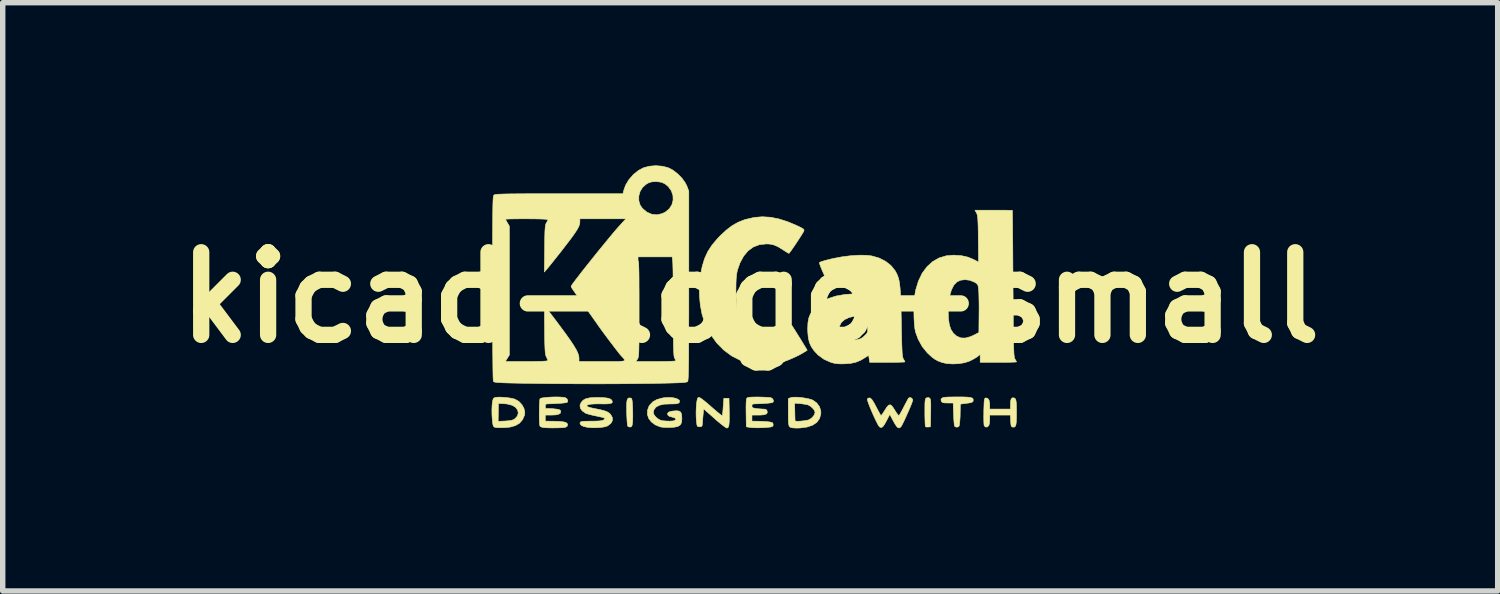
<source format=kicad_pcb>
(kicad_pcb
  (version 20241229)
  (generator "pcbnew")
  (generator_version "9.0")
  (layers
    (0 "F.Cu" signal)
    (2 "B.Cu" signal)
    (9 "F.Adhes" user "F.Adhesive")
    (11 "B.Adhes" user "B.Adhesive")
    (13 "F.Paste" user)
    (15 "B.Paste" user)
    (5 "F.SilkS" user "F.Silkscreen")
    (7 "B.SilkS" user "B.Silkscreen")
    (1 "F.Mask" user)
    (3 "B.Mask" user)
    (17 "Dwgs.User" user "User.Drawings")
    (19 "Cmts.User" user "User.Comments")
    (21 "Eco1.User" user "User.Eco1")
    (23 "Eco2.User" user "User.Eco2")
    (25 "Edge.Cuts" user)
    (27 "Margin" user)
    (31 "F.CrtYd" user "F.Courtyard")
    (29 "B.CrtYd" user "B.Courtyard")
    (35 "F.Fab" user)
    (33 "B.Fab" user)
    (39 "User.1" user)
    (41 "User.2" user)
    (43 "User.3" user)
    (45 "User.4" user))
  (footprint "kicad-logo-small"
    (layer "F.Cu")
    (at 10.784 2.436)
    (property "Reference" "kicad-logo-small" (at 0 0 0) (layer "F.SilkS") (effects (font (size 1.524 1.524) (thickness 0.3))))
    (attr through_hole)
    (fp_poly (pts (xy 3.307 1.854) (xy 3.317 1.865) (xy 3.324 1.884) (xy 3.328 1.915) (xy 3.33 1.964) (xy 3.33 2.036) (xy 3.329 2.129) (xy 3.324 2.384) (xy 3.284 2.388) (xy 3.249 2.388) (xy 3.232 2.382) (xy 3.228 2.363) (xy 3.225 2.317) (xy 3.223 2.252) (xy 3.221 2.171) (xy 3.221 2.119) (xy 3.221 2.023) (xy 3.222 1.954) (xy 3.225 1.908) (xy 3.23 1.879) (xy 3.237 1.862) (xy 3.248 1.852) (xy 3.251 1.851) (xy 3.288 1.845) (xy 3.307 1.854)) (stroke (width 0.01) (type solid)) (fill yes) (layer "F.SilkS"))
    (fp_poly (pts (xy -2.21 1.853) (xy -2.195 1.857) (xy -2.185 1.87) (xy -2.178 1.895) (xy -2.173 1.941) (xy -2.169 2.011) (xy -2.168 2.025) (xy -2.166 2.108) (xy -2.165 2.19) (xy -2.167 2.261) (xy -2.168 2.288) (xy -2.174 2.342) (xy -2.183 2.372) (xy -2.198 2.385) (xy -2.211 2.389) (xy -2.244 2.384) (xy -2.258 2.373) (xy -2.263 2.35) (xy -2.269 2.302) (xy -2.273 2.234) (xy -2.277 2.154) (xy -2.278 2.124) (xy -2.279 2.023) (xy -2.278 1.948) (xy -2.271 1.898) (xy -2.26 1.868) (xy -2.242 1.854) (xy -2.217 1.852) (xy -2.21 1.853)) (stroke (width 0.01) (type solid)) (fill yes) (layer "F.SilkS"))
    (fp_poly (pts (xy 3.924 1.834) (xy 4.003 1.837) (xy 4.057 1.843) (xy 4.091 1.853) (xy 4.108 1.868) (xy 4.113 1.888) (xy 4.111 1.909) (xy 4.101 1.925) (xy 4.076 1.937) (xy 4.028 1.946) (xy 3.99 1.951) (xy 3.875 1.966) (xy 3.873 2.095) (xy 3.871 2.199) (xy 3.865 2.284) (xy 3.858 2.345) (xy 3.851 2.372) (xy 3.831 2.388) (xy 3.799 2.39) (xy 3.772 2.377) (xy 3.769 2.373) (xy 3.764 2.351) (xy 3.759 2.303) (xy 3.754 2.237) (xy 3.751 2.159) (xy 3.75 2.15) (xy 3.743 1.945) (xy 3.642 1.945) (xy 3.584 1.944) (xy 3.549 1.937) (xy 3.53 1.923) (xy 3.524 1.914) (xy 3.517 1.882) (xy 3.533 1.859) (xy 3.548 1.849) (xy 3.573 1.842) (xy 3.612 1.838) (xy 3.672 1.835) (xy 3.756 1.834) (xy 3.818 1.834) (xy 3.924 1.834)) (stroke (width 0.01) (type solid)) (fill yes) (layer "F.SilkS"))
    (fp_poly (pts (xy 4.87 1.853) (xy 4.887 1.865) (xy 4.899 1.891) (xy 4.906 1.935) (xy 4.91 2.001) (xy 4.911 2.093) (xy 4.911 2.122) (xy 4.91 2.223) (xy 4.907 2.297) (xy 4.9 2.346) (xy 4.888 2.376) (xy 4.871 2.389) (xy 4.846 2.39) (xy 4.836 2.389) (xy 4.82 2.38) (xy 4.81 2.358) (xy 4.805 2.315) (xy 4.803 2.276) (xy 4.798 2.168) (xy 4.417 2.168) (xy 4.417 2.249) (xy 4.414 2.303) (xy 4.405 2.347) (xy 4.4 2.361) (xy 4.373 2.387) (xy 4.342 2.389) (xy 4.317 2.368) (xy 4.313 2.356) (xy 4.31 2.327) (xy 4.308 2.274) (xy 4.307 2.202) (xy 4.308 2.119) (xy 4.308 2.089) (xy 4.311 1.999) (xy 4.313 1.935) (xy 4.317 1.894) (xy 4.323 1.869) (xy 4.331 1.857) (xy 4.343 1.852) (xy 4.344 1.852) (xy 4.379 1.859) (xy 4.404 1.894) (xy 4.416 1.953) (xy 4.417 1.98) (xy 4.417 2.057) (xy 4.799 2.057) (xy 4.799 1.978) (xy 4.802 1.911) (xy 4.813 1.87) (xy 4.832 1.852) (xy 4.846 1.85) (xy 4.87 1.853)) (stroke (width 0.01) (type solid)) (fill yes) (layer "F.SilkS"))
    (fp_poly (pts (xy -4.554 1.84) (xy -4.48 1.847) (xy -4.409 1.857) (xy -4.352 1.871) (xy -4.334 1.877) (xy -4.265 1.917) (xy -4.21 1.976) (xy -4.172 2.045) (xy -4.156 2.116) (xy -4.161 2.168) (xy -4.198 2.253) (xy -4.253 2.317) (xy -4.329 2.362) (xy -4.429 2.39) (xy -4.523 2.399) (xy -4.591 2.401) (xy -4.652 2.4) (xy -4.695 2.396) (xy -4.704 2.395) (xy -4.723 2.386) (xy -4.736 2.372) (xy -4.744 2.345) (xy -4.751 2.298) (xy -4.752 2.283) (xy -4.648 2.283) (xy -4.518 2.278) (xy -4.444 2.272) (xy -4.393 2.263) (xy -4.356 2.248) (xy -4.342 2.239) (xy -4.294 2.188) (xy -4.277 2.131) (xy -4.288 2.077) (xy -4.326 2.025) (xy -4.391 1.987) (xy -4.48 1.964) (xy -4.533 1.959) (xy -4.642 1.953) (xy -4.645 2.118) (xy -4.648 2.283) (xy -4.752 2.283) (xy -4.757 2.24) (xy -4.762 2.157) (xy -4.763 2.068) (xy -4.76 1.991) (xy -4.759 1.981) (xy -4.752 1.917) (xy -4.742 1.878) (xy -4.728 1.856) (xy -4.716 1.848) (xy -4.681 1.84) (xy -4.625 1.837) (xy -4.554 1.84)) (stroke (width 0.01) (type solid)) (fill yes) (layer "F.SilkS"))
    (fp_poly (pts (xy 0.934 1.844) (xy 1.015 1.856) (xy 1.089 1.871) (xy 1.148 1.89) (xy 1.16 1.896) (xy 1.228 1.946) (xy 1.277 2.013) (xy 1.302 2.09) (xy 1.303 2.145) (xy 1.279 2.232) (xy 1.228 2.302) (xy 1.151 2.354) (xy 1.048 2.389) (xy 0.919 2.406) (xy 0.852 2.408) (xy 0.782 2.404) (xy 0.739 2.392) (xy 0.727 2.383) (xy 0.717 2.367) (xy 0.71 2.342) (xy 0.705 2.301) (xy 0.703 2.24) (xy 0.702 2.153) (xy 0.702 2.111) (xy 0.702 1.949) (xy 0.819 1.949) (xy 0.823 2.11) (xy 0.824 2.178) (xy 0.826 2.233) (xy 0.827 2.268) (xy 0.828 2.276) (xy 0.845 2.281) (xy 0.884 2.282) (xy 0.937 2.279) (xy 0.993 2.273) (xy 1.044 2.265) (xy 1.08 2.256) (xy 1.081 2.256) (xy 1.132 2.224) (xy 1.173 2.179) (xy 1.194 2.13) (xy 1.196 2.115) (xy 1.183 2.08) (xy 1.151 2.04) (xy 1.109 2.003) (xy 1.065 1.98) (xy 1.064 1.98) (xy 1.019 1.97) (xy 0.958 1.961) (xy 0.916 1.956) (xy 0.819 1.949) (xy 0.702 1.949) (xy 0.702 1.865) (xy 0.745 1.847) (xy 0.79 1.839) (xy 0.856 1.838) (xy 0.934 1.844)) (stroke (width 0.01) (type solid)) (fill yes) (layer "F.SilkS"))
    (fp_poly (pts (xy -0.938 1.844) (xy -0.917 1.854) (xy -0.885 1.876) (xy -0.841 1.911) (xy -0.78 1.962) (xy -0.701 2.031) (xy -0.656 2.07) (xy -0.602 2.116) (xy -0.557 2.152) (xy -0.527 2.174) (xy -0.516 2.179) (xy -0.512 2.161) (xy -0.506 2.119) (xy -0.501 2.059) (xy -0.498 2.015) (xy -0.486 1.858) (xy -0.391 1.858) (xy -0.386 2.111) (xy -0.385 2.217) (xy -0.387 2.296) (xy -0.392 2.351) (xy -0.401 2.385) (xy -0.414 2.403) (xy -0.432 2.408) (xy -0.45 2.398) (xy -0.485 2.374) (xy -0.531 2.338) (xy -0.538 2.333) (xy -0.583 2.296) (xy -0.619 2.266) (xy -0.637 2.25) (xy -0.638 2.249) (xy -0.653 2.235) (xy -0.686 2.206) (xy -0.731 2.166) (xy -0.752 2.148) (xy -0.858 2.055) (xy -0.868 2.156) (xy -0.874 2.222) (xy -0.879 2.285) (xy -0.881 2.32) (xy -0.886 2.361) (xy -0.898 2.379) (xy -0.924 2.384) (xy -0.933 2.384) (xy -0.958 2.382) (xy -0.973 2.374) (xy -0.982 2.352) (xy -0.988 2.308) (xy -0.992 2.272) (xy -0.997 2.195) (xy -0.998 2.112) (xy -0.995 2.03) (xy -0.989 1.955) (xy -0.98 1.895) (xy -0.969 1.857) (xy -0.963 1.848) (xy -0.952 1.843) (xy -0.938 1.844)) (stroke (width 0.01) (type solid)) (fill yes) (layer "F.SilkS"))
    (fp_poly (pts (xy -1.438 1.846) (xy -1.376 1.858) (xy -1.33 1.877) (xy -1.304 1.9) (xy -1.303 1.927) (xy -1.314 1.943) (xy -1.337 1.955) (xy -1.378 1.961) (xy -1.443 1.963) (xy -1.473 1.963) (xy -1.588 1.967) (xy -1.678 1.988) (xy -1.741 2.024) (xy -1.777 2.075) (xy -1.786 2.125) (xy -1.772 2.165) (xy -1.737 2.208) (xy -1.689 2.245) (xy -1.653 2.263) (xy -1.611 2.273) (xy -1.551 2.278) (xy -1.487 2.28) (xy -1.43 2.277) (xy -1.396 2.27) (xy -1.372 2.252) (xy -1.376 2.232) (xy -1.404 2.214) (xy -1.435 2.207) (xy -1.493 2.19) (xy -1.522 2.164) (xy -1.522 2.132) (xy -1.498 2.111) (xy -1.446 2.096) (xy -1.373 2.089) (xy -1.354 2.089) (xy -1.309 2.095) (xy -1.28 2.116) (xy -1.265 2.157) (xy -1.26 2.224) (xy -1.26 2.237) (xy -1.266 2.304) (xy -1.287 2.347) (xy -1.328 2.375) (xy -1.349 2.382) (xy -1.404 2.392) (xy -1.478 2.397) (xy -1.556 2.397) (xy -1.627 2.391) (xy -1.66 2.385) (xy -1.75 2.349) (xy -1.821 2.296) (xy -1.871 2.231) (xy -1.896 2.157) (xy -1.894 2.079) (xy -1.865 2.002) (xy -1.851 1.982) (xy -1.794 1.922) (xy -1.719 1.881) (xy -1.622 1.854) (xy -1.592 1.849) (xy -1.512 1.843) (xy -1.438 1.846)) (stroke (width 0.01) (type solid)) (fill yes) (layer "F.SilkS"))
    (fp_poly (pts (xy 0.149 1.835) (xy 0.229 1.837) (xy 0.299 1.84) (xy 0.353 1.844) (xy 0.383 1.848) (xy 0.412 1.866) (xy 0.428 1.895) (xy 0.427 1.923) (xy 0.412 1.937) (xy 0.378 1.943) (xy 0.321 1.95) (xy 0.251 1.955) (xy 0.178 1.959) (xy 0.124 1.96) (xy 0.072 1.962) (xy 0.044 1.967) (xy 0.034 1.98) (xy 0.032 1.999) (xy 0.036 2.023) (xy 0.054 2.036) (xy 0.094 2.045) (xy 0.106 2.047) (xy 0.167 2.053) (xy 0.227 2.057) (xy 0.24 2.057) (xy 0.284 2.061) (xy 0.306 2.077) (xy 0.311 2.09) (xy 0.315 2.125) (xy 0.298 2.148) (xy 0.257 2.162) (xy 0.189 2.168) (xy 0.157 2.168) (xy 0.032 2.168) (xy 0.032 2.28) (xy 0.147 2.281) (xy 0.22 2.284) (xy 0.292 2.288) (xy 0.343 2.293) (xy 0.39 2.301) (xy 0.414 2.312) (xy 0.422 2.331) (xy 0.423 2.344) (xy 0.42 2.366) (xy 0.407 2.38) (xy 0.377 2.388) (xy 0.327 2.394) (xy 0.229 2.401) (xy 0.13 2.403) (xy 0.042 2.4) (xy -0.016 2.394) (xy -0.072 2.384) (xy -0.076 2.131) (xy -0.077 2.018) (xy -0.075 1.935) (xy -0.07 1.882) (xy -0.063 1.856) (xy -0.062 1.856) (xy -0.045 1.846) (xy -0.012 1.839) (xy 0.043 1.836) (xy 0.125 1.835) (xy 0.149 1.835)) (stroke (width 0.01) (type solid)) (fill yes) (layer "F.SilkS"))
    (fp_poly (pts (xy -3.52 1.835) (xy -3.458 1.839) (xy -3.415 1.845) (xy -3.408 1.848) (xy -3.378 1.87) (xy -3.364 1.9) (xy -3.369 1.927) (xy -3.384 1.937) (xy -3.413 1.942) (xy -3.465 1.948) (xy -3.531 1.953) (xy -3.604 1.957) (xy -3.675 1.96) (xy -3.695 1.96) (xy -3.744 1.962) (xy -3.769 1.968) (xy -3.778 1.983) (xy -3.779 2.009) (xy -3.773 2.043) (xy -3.759 2.048) (xy -3.734 2.046) (xy -3.687 2.048) (xy -3.628 2.052) (xy -3.62 2.053) (xy -3.557 2.06) (xy -3.52 2.069) (xy -3.501 2.081) (xy -3.494 2.096) (xy -3.499 2.13) (xy -3.53 2.152) (xy -3.589 2.165) (xy -3.662 2.168) (xy -3.779 2.168) (xy -3.779 2.28) (xy -3.647 2.281) (xy -3.542 2.284) (xy -3.465 2.29) (xy -3.412 2.3) (xy -3.381 2.316) (xy -3.368 2.337) (xy -3.367 2.34) (xy -3.373 2.371) (xy -3.404 2.392) (xy -3.404 2.392) (xy -3.436 2.398) (xy -3.492 2.402) (xy -3.562 2.404) (xy -3.64 2.405) (xy -3.715 2.404) (xy -3.78 2.401) (xy -3.826 2.396) (xy -3.827 2.396) (xy -3.862 2.384) (xy -3.878 2.37) (xy -3.883 2.346) (xy -3.887 2.298) (xy -3.889 2.232) (xy -3.89 2.156) (xy -3.889 2.076) (xy -3.887 2) (xy -3.884 1.935) (xy -3.88 1.887) (xy -3.875 1.866) (xy -3.854 1.856) (xy -3.808 1.848) (xy -3.744 1.841) (xy -3.67 1.836) (xy -3.593 1.834) (xy -3.52 1.835)) (stroke (width 0.01) (type solid)) (fill yes) (layer "F.SilkS"))
    (fp_poly (pts (xy -2.727 1.845) (xy -2.644 1.853) (xy -2.589 1.867) (xy -2.557 1.888) (xy -2.552 1.895) (xy -2.542 1.922) (xy -2.548 1.942) (xy -2.574 1.954) (xy -2.622 1.961) (xy -2.697 1.963) (xy -2.747 1.962) (xy -2.851 1.962) (xy -2.927 1.966) (xy -2.978 1.973) (xy -3.005 1.985) (xy -3.014 2.001) (xy -2.998 2.014) (xy -2.954 2.029) (xy -2.886 2.045) (xy -2.874 2.047) (xy -2.774 2.067) (xy -2.701 2.085) (xy -2.648 2.103) (xy -2.61 2.124) (xy -2.582 2.148) (xy -2.574 2.157) (xy -2.542 2.214) (xy -2.541 2.27) (xy -2.57 2.322) (xy -2.628 2.366) (xy -2.634 2.37) (xy -2.683 2.385) (xy -2.753 2.396) (xy -2.837 2.401) (xy -2.923 2.401) (xy -3.003 2.393) (xy -3.011 2.392) (xy -3.081 2.375) (xy -3.124 2.35) (xy -3.139 2.32) (xy -3.136 2.305) (xy -3.127 2.294) (xy -3.107 2.287) (xy -3.07 2.283) (xy -3.011 2.281) (xy -2.929 2.28) (xy -2.836 2.279) (xy -2.77 2.275) (xy -2.726 2.268) (xy -2.702 2.257) (xy -2.682 2.237) (xy -2.681 2.225) (xy -2.7 2.218) (xy -2.743 2.206) (xy -2.803 2.193) (xy -2.845 2.184) (xy -2.915 2.169) (xy -2.977 2.153) (xy -3.021 2.14) (xy -3.034 2.135) (xy -3.098 2.09) (xy -3.133 2.04) (xy -3.139 1.985) (xy -3.116 1.933) (xy -3.079 1.893) (xy -3.029 1.866) (xy -2.959 1.85) (xy -2.866 1.844) (xy -2.838 1.843) (xy -2.727 1.845)) (stroke (width 0.01) (type solid)) (fill yes) (layer "F.SilkS"))
    (fp_poly (pts (xy 2.975 1.854) (xy 2.995 1.878) (xy 2.998 1.892) (xy 2.991 1.916) (xy 2.974 1.963) (xy 2.948 2.027) (xy 2.917 2.099) (xy 2.883 2.175) (xy 2.85 2.248) (xy 2.82 2.311) (xy 2.795 2.359) (xy 2.78 2.384) (xy 2.779 2.385) (xy 2.753 2.404) (xy 2.729 2.403) (xy 2.703 2.381) (xy 2.671 2.334) (xy 2.634 2.268) (xy 2.574 2.155) (xy 2.514 2.272) (xy 2.476 2.34) (xy 2.446 2.382) (xy 2.42 2.398) (xy 2.396 2.393) (xy 2.379 2.379) (xy 2.361 2.353) (xy 2.336 2.305) (xy 2.305 2.242) (xy 2.271 2.169) (xy 2.238 2.093) (xy 2.207 2.019) (xy 2.182 1.954) (xy 2.165 1.904) (xy 2.159 1.875) (xy 2.159 1.872) (xy 2.181 1.854) (xy 2.204 1.852) (xy 2.225 1.862) (xy 2.249 1.889) (xy 2.279 1.936) (xy 2.318 2.008) (xy 2.32 2.012) (xy 2.353 2.075) (xy 2.382 2.128) (xy 2.402 2.164) (xy 2.41 2.176) (xy 2.422 2.168) (xy 2.445 2.138) (xy 2.474 2.093) (xy 2.481 2.082) (xy 2.522 2.018) (xy 2.555 1.984) (xy 2.586 1.979) (xy 2.618 2.005) (xy 2.655 2.06) (xy 2.668 2.081) (xy 2.699 2.13) (xy 2.725 2.163) (xy 2.742 2.176) (xy 2.744 2.176) (xy 2.757 2.158) (xy 2.78 2.118) (xy 2.81 2.063) (xy 2.832 2.02) (xy 2.865 1.956) (xy 2.893 1.903) (xy 2.914 1.866) (xy 2.921 1.854) (xy 2.946 1.844) (xy 2.975 1.854)) (stroke (width 0.01) (type solid)) (fill yes) (layer "F.SilkS"))
    (fp_poly (pts (xy 0.373 -1.48) (xy 0.53 -1.449) (xy 0.698 -1.395) (xy 0.88 -1.317) (xy 0.941 -1.287) (xy 0.977 -1.265) (xy 0.992 -1.248) (xy 0.992 -1.232) (xy 0.992 -1.232) (xy 0.978 -1.205) (xy 0.951 -1.16) (xy 0.915 -1.103) (xy 0.873 -1.039) (xy 0.83 -0.974) (xy 0.789 -0.914) (xy 0.753 -0.863) (xy 0.727 -0.828) (xy 0.714 -0.813) (xy 0.714 -0.813) (xy 0.696 -0.822) (xy 0.659 -0.844) (xy 0.61 -0.876) (xy 0.598 -0.884) (xy 0.512 -0.937) (xy 0.435 -0.97) (xy 0.356 -0.986) (xy 0.294 -0.988) (xy 0.169 -0.974) (xy 0.057 -0.931) (xy -0.04 -0.86) (xy -0.122 -0.762) (xy -0.189 -0.637) (xy -0.234 -0.509) (xy -0.245 -0.46) (xy -0.253 -0.405) (xy -0.259 -0.336) (xy -0.262 -0.249) (xy -0.263 -0.136) (xy -0.263 -0.128) (xy -0.262 -0.022) (xy -0.261 0.058) (xy -0.257 0.12) (xy -0.251 0.169) (xy -0.242 0.214) (xy -0.229 0.261) (xy -0.226 0.271) (xy -0.167 0.416) (xy -0.088 0.536) (xy 0.01 0.632) (xy 0.099 0.688) (xy 0.146 0.708) (xy 0.198 0.72) (xy 0.266 0.724) (xy 0.295 0.725) (xy 0.366 0.723) (xy 0.419 0.717) (xy 0.468 0.701) (xy 0.527 0.675) (xy 0.591 0.639) (xy 0.655 0.598) (xy 0.697 0.566) (xy 0.764 0.509) (xy 0.823 0.601) (xy 0.858 0.657) (xy 0.903 0.729) (xy 0.949 0.803) (xy 0.967 0.833) (xy 1.052 0.973) (xy 0.984 1.015) (xy 0.911 1.057) (xy 0.82 1.101) (xy 0.723 1.144) (xy 0.634 1.178) (xy 0.603 1.188) (xy 0.55 1.199) (xy 0.474 1.209) (xy 0.382 1.216) (xy 0.283 1.221) (xy 0.185 1.223) (xy 0.097 1.222) (xy 0.026 1.218) (xy -0.008 1.213) (xy -0.181 1.159) (xy -0.342 1.077) (xy -0.488 0.969) (xy -0.618 0.837) (xy -0.73 0.681) (xy -0.822 0.505) (xy -0.845 0.448) (xy -0.889 0.304) (xy -0.92 0.14) (xy -0.936 -0.035) (xy -0.938 -0.211) (xy -0.923 -0.378) (xy -0.918 -0.413) (xy -0.884 -0.578) (xy -0.84 -0.721) (xy -0.782 -0.847) (xy -0.706 -0.964) (xy -0.609 -1.08) (xy -0.551 -1.141) (xy -0.438 -1.245) (xy -0.333 -1.325) (xy -0.228 -1.385) (xy -0.117 -1.43) (xy -0.08 -1.441) (xy 0.073 -1.476) (xy 0.222 -1.489) (xy 0.373 -1.48)) (stroke (width 0.01) (type solid)) (fill yes) (layer "F.SilkS"))
    (fp_poly (pts (xy 4.589 -1.61) (xy 4.679 -1.61) (xy 4.752 -1.609) (xy 4.805 -1.608) (xy 4.832 -1.607) (xy 4.835 -1.606) (xy 4.835 -1.59) (xy 4.836 -1.545) (xy 4.837 -1.472) (xy 4.838 -1.374) (xy 4.839 -1.253) (xy 4.84 -1.113) (xy 4.842 -0.954) (xy 4.843 -0.78) (xy 4.844 -0.593) (xy 4.846 -0.394) (xy 4.846 -0.254) (xy 4.848 -0.015) (xy 4.85 0.195) (xy 4.851 0.377) (xy 4.852 0.533) (xy 4.854 0.665) (xy 4.856 0.776) (xy 4.857 0.867) (xy 4.859 0.941) (xy 4.862 0.999) (xy 4.864 1.044) (xy 4.868 1.078) (xy 4.871 1.102) (xy 4.875 1.119) (xy 4.88 1.13) (xy 4.883 1.136) (xy 4.902 1.168) (xy 4.911 1.187) (xy 4.911 1.187) (xy 4.896 1.19) (xy 4.853 1.192) (xy 4.788 1.194) (xy 4.706 1.195) (xy 4.609 1.196) (xy 4.576 1.196) (xy 4.241 1.196) (xy 4.241 1.051) (xy 4.189 1.091) (xy 4.145 1.12) (xy 4.086 1.152) (xy 4.044 1.173) (xy 3.955 1.202) (xy 3.847 1.22) (xy 3.734 1.225) (xy 3.625 1.218) (xy 3.54 1.199) (xy 3.467 1.172) (xy 3.407 1.14) (xy 3.35 1.098) (xy 3.285 1.038) (xy 3.265 1.019) (xy 3.172 0.905) (xy 3.098 0.77) (xy 3.052 0.646) (xy 3.037 0.579) (xy 3.027 0.488) (xy 3.021 0.381) (xy 3.019 0.266) (xy 3.651 0.266) (xy 3.657 0.399) (xy 3.673 0.506) (xy 3.702 0.59) (xy 3.745 0.657) (xy 3.804 0.71) (xy 3.81 0.713) (xy 3.883 0.745) (xy 3.966 0.748) (xy 4.062 0.722) (xy 4.115 0.698) (xy 4.217 0.646) (xy 4.22 0.303) (xy 4.221 0.194) (xy 4.22 0.089) (xy 4.218 -0.005) (xy 4.216 -0.083) (xy 4.213 -0.136) (xy 4.212 -0.143) (xy 4.206 -0.199) (xy 4.196 -0.234) (xy 4.178 -0.256) (xy 4.146 -0.277) (xy 4.13 -0.286) (xy 4.049 -0.318) (xy 3.962 -0.329) (xy 3.88 -0.319) (xy 3.813 -0.288) (xy 3.756 -0.229) (xy 3.711 -0.142) (xy 3.678 -0.028) (xy 3.658 0.111) (xy 3.651 0.266) (xy 3.019 0.266) (xy 3.019 0.264) (xy 3.022 0.146) (xy 3.028 0.033) (xy 3.039 -0.067) (xy 3.051 -0.136) (xy 3.102 -0.303) (xy 3.171 -0.447) (xy 3.259 -0.566) (xy 3.363 -0.661) (xy 3.482 -0.729) (xy 3.615 -0.769) (xy 3.748 -0.781) (xy 3.891 -0.772) (xy 4.016 -0.744) (xy 4.119 -0.701) (xy 4.211 -0.653) (xy 4.206 -1.08) (xy 4.205 -1.211) (xy 4.203 -1.313) (xy 4.2 -1.392) (xy 4.197 -1.451) (xy 4.192 -1.493) (xy 4.187 -1.524) (xy 4.179 -1.546) (xy 4.173 -1.559) (xy 4.145 -1.61) (xy 4.488 -1.61) (xy 4.589 -1.61)) (stroke (width 0.01) (type solid)) (fill yes) (layer "F.SilkS"))
    (fp_poly (pts (xy 2.14 -0.779) (xy 2.24 -0.767) (xy 2.374 -0.729) (xy 2.494 -0.669) (xy 2.595 -0.59) (xy 2.672 -0.495) (xy 2.704 -0.435) (xy 2.721 -0.395) (xy 2.735 -0.353) (xy 2.746 -0.306) (xy 2.755 -0.25) (xy 2.763 -0.182) (xy 2.769 -0.098) (xy 2.775 0.004) (xy 2.779 0.128) (xy 2.783 0.276) (xy 2.787 0.454) (xy 2.787 0.471) (xy 2.79 0.631) (xy 2.793 0.762) (xy 2.796 0.867) (xy 2.799 0.949) (xy 2.802 1.012) (xy 2.806 1.059) (xy 2.811 1.092) (xy 2.817 1.115) (xy 2.823 1.131) (xy 2.826 1.137) (xy 2.846 1.168) (xy 2.854 1.187) (xy 2.854 1.187) (xy 2.839 1.19) (xy 2.797 1.192) (xy 2.732 1.194) (xy 2.649 1.195) (xy 2.554 1.196) (xy 2.529 1.196) (xy 2.204 1.196) (xy 2.194 1.131) (xy 2.184 1.066) (xy 2.132 1.1) (xy 2.038 1.157) (xy 1.95 1.193) (xy 1.856 1.214) (xy 1.746 1.223) (xy 1.659 1.224) (xy 1.592 1.22) (xy 1.534 1.209) (xy 1.488 1.196) (xy 1.36 1.139) (xy 1.249 1.058) (xy 1.176 0.979) (xy 1.125 0.904) (xy 1.091 0.827) (xy 1.071 0.742) (xy 1.062 0.638) (xy 1.06 0.576) (xy 1.643 0.576) (xy 1.657 0.653) (xy 1.698 0.715) (xy 1.763 0.759) (xy 1.846 0.781) (xy 1.946 0.783) (xy 2.031 0.762) (xy 2.049 0.753) (xy 2.081 0.731) (xy 2.118 0.696) (xy 2.126 0.689) (xy 2.146 0.666) (xy 2.159 0.645) (xy 2.165 0.619) (xy 2.165 0.579) (xy 2.162 0.518) (xy 2.159 0.488) (xy 2.148 0.335) (xy 2.067 0.335) (xy 1.935 0.343) (xy 1.826 0.368) (xy 1.741 0.407) (xy 1.681 0.46) (xy 1.648 0.527) (xy 1.643 0.576) (xy 1.06 0.576) (xy 1.06 0.574) (xy 1.065 0.464) (xy 1.081 0.377) (xy 1.111 0.302) (xy 1.16 0.231) (xy 1.22 0.166) (xy 1.32 0.084) (xy 1.44 0.019) (xy 1.582 -0.027) (xy 1.747 -0.056) (xy 1.938 -0.069) (xy 1.967 -0.069) (xy 2.171 -0.072) (xy 2.161 -0.135) (xy 2.132 -0.228) (xy 2.079 -0.302) (xy 2.052 -0.325) (xy 1.994 -0.351) (xy 1.913 -0.36) (xy 1.816 -0.354) (xy 1.706 -0.333) (xy 1.613 -0.305) (xy 1.548 -0.283) (xy 1.493 -0.268) (xy 1.455 -0.26) (xy 1.444 -0.26) (xy 1.432 -0.277) (xy 1.411 -0.316) (xy 1.384 -0.371) (xy 1.356 -0.435) (xy 1.327 -0.501) (xy 1.302 -0.561) (xy 1.284 -0.61) (xy 1.276 -0.641) (xy 1.276 -0.644) (xy 1.291 -0.653) (xy 1.332 -0.668) (xy 1.395 -0.686) (xy 1.475 -0.706) (xy 1.519 -0.717) (xy 1.687 -0.749) (xy 1.85 -0.77) (xy 2.004 -0.78) (xy 2.14 -0.779)) (stroke (width 0.01) (type solid)) (fill yes) (layer "F.SilkS"))
    (fp_poly (pts (xy -1.619 -2.421) (xy -1.51 -2.393) (xy -1.509 -2.392) (xy -1.423 -2.347) (xy -1.337 -2.28) (xy -1.259 -2.201) (xy -1.198 -2.116) (xy -1.166 -2.052) (xy -1.132 -1.96) (xy -1.132 -0.216) (xy -1.132 0.062) (xy -1.132 0.311) (xy -1.133 0.53) (xy -1.133 0.723) (xy -1.134 0.89) (xy -1.134 1.034) (xy -1.135 1.156) (xy -1.137 1.258) (xy -1.138 1.342) (xy -1.14 1.409) (xy -1.142 1.461) (xy -1.145 1.499) (xy -1.147 1.526) (xy -1.151 1.542) (xy -1.154 1.55) (xy -1.155 1.551) (xy -1.166 1.557) (xy -1.189 1.562) (xy -1.226 1.567) (xy -1.281 1.571) (xy -1.355 1.574) (xy -1.452 1.577) (xy -1.574 1.58) (xy -1.724 1.583) (xy -1.788 1.585) (xy -1.978 1.587) (xy -2.195 1.589) (xy -2.431 1.591) (xy -2.682 1.592) (xy -2.942 1.592) (xy -3.206 1.591) (xy -3.466 1.59) (xy -3.718 1.588) (xy -3.957 1.585) (xy -4.175 1.582) (xy -4.342 1.579) (xy -4.465 1.576) (xy -4.56 1.573) (xy -4.63 1.569) (xy -4.679 1.565) (xy -4.711 1.56) (xy -4.729 1.553) (xy -4.736 1.547) (xy -4.738 1.527) (xy -4.741 1.477) (xy -4.743 1.397) (xy -4.745 1.289) (xy -4.746 1.18) (xy -4.515 1.18) (xy -4.123 1.18) (xy -3.982 1.179) (xy -3.872 1.177) (xy -3.794 1.174) (xy -3.747 1.169) (xy -3.731 1.163) (xy -3.731 1.163) (xy -3.738 1.139) (xy -3.756 1.102) (xy -3.759 1.095) (xy -3.767 1.077) (xy -3.774 1.052) (xy -3.779 1.018) (xy -3.783 0.971) (xy -3.786 0.906) (xy -3.789 0.82) (xy -3.791 0.709) (xy -3.792 0.598) (xy -3.793 0.483) (xy -3.794 0.379) (xy -3.794 0.291) (xy -3.793 0.223) (xy -3.792 0.178) (xy -3.79 0.16) (xy -3.79 0.16) (xy -3.77 0.184) (xy -3.734 0.229) (xy -3.686 0.291) (xy -3.631 0.363) (xy -3.571 0.442) (xy -3.511 0.523) (xy -3.454 0.6) (xy -3.403 0.669) (xy -3.397 0.677) (xy -3.316 0.791) (xy -3.254 0.885) (xy -3.209 0.961) (xy -3.179 1.023) (xy -3.162 1.074) (xy -3.157 1.118) (xy -3.157 1.18) (xy -2.725 1.18) (xy -2.593 1.18) (xy -2.49 1.18) (xy -2.482 1.18) (xy -2.108 1.18) (xy -1.74 1.18) (xy -1.635 1.179) (xy -1.542 1.178) (xy -1.465 1.176) (xy -1.409 1.173) (xy -1.377 1.17) (xy -1.372 1.168) (xy -1.379 1.147) (xy -1.395 1.116) (xy -1.4 1.103) (xy -1.405 1.08) (xy -1.408 1.045) (xy -1.411 0.996) (xy -1.414 0.931) (xy -1.416 0.846) (xy -1.417 0.74) (xy -1.418 0.609) (xy -1.418 0.452) (xy -1.419 0.266) (xy -1.419 0.247) (xy -1.419 0.085) (xy -1.42 -0.071) (xy -1.421 -0.215) (xy -1.422 -0.346) (xy -1.423 -0.459) (xy -1.425 -0.551) (xy -1.427 -0.619) (xy -1.429 -0.66) (xy -1.429 -0.666) (xy -1.439 -0.749) (xy -2.106 -0.749) (xy -2.077 -0.698) (xy -2.071 -0.684) (xy -2.066 -0.668) (xy -2.061 -0.645) (xy -2.058 -0.613) (xy -2.055 -0.569) (xy -2.053 -0.511) (xy -2.051 -0.437) (xy -2.05 -0.343) (xy -2.05 -0.227) (xy -2.049 -0.087) (xy -2.049 0.081) (xy -2.049 0.223) (xy -2.049 0.412) (xy -2.049 0.572) (xy -2.05 0.705) (xy -2.05 0.814) (xy -2.052 0.902) (xy -2.053 0.971) (xy -2.055 1.023) (xy -2.058 1.062) (xy -2.062 1.091) (xy -2.066 1.11) (xy -2.072 1.125) (xy -2.078 1.136) (xy -2.079 1.136) (xy -2.108 1.18) (xy -2.482 1.18) (xy -2.414 1.179) (xy -2.362 1.176) (xy -2.33 1.169) (xy -2.317 1.16) (xy -2.319 1.145) (xy -2.333 1.124) (xy -2.358 1.097) (xy -2.385 1.068) (xy -2.409 1.04) (xy -2.447 0.991) (xy -2.496 0.928) (xy -2.552 0.854) (xy -2.611 0.777) (xy -2.668 0.7) (xy -2.72 0.63) (xy -2.762 0.572) (xy -2.791 0.531) (xy -2.807 0.509) (xy -2.838 0.464) (xy -2.882 0.402) (xy -2.935 0.327) (xy -2.996 0.242) (xy -3.028 0.196) (xy -3.106 0.087) (xy -3.168 0.001) (xy -3.215 -0.066) (xy -3.249 -0.115) (xy -3.273 -0.15) (xy -3.288 -0.173) (xy -3.296 -0.188) (xy -3.3 -0.198) (xy -3.301 -0.206) (xy -3.301 -0.21) (xy -3.291 -0.228) (xy -3.263 -0.267) (xy -3.22 -0.324) (xy -3.164 -0.397) (xy -3.098 -0.482) (xy -3.024 -0.576) (xy -2.944 -0.676) (xy -2.861 -0.78) (xy -2.778 -0.883) (xy -2.696 -0.983) (xy -2.618 -1.078) (xy -2.548 -1.163) (xy -2.486 -1.236) (xy -2.437 -1.293) (xy -2.42 -1.311) (xy -2.293 -1.451) (xy -3.141 -1.451) (xy -3.141 -1.4) (xy -3.143 -1.37) (xy -3.15 -1.339) (xy -3.163 -1.305) (xy -3.185 -1.263) (xy -3.217 -1.212) (xy -3.261 -1.148) (xy -3.318 -1.07) (xy -3.392 -0.974) (xy -3.482 -0.857) (xy -3.542 -0.781) (xy -3.6 -0.708) (xy -3.655 -0.639) (xy -3.702 -0.581) (xy -3.736 -0.539) (xy -3.747 -0.526) (xy -3.796 -0.47) (xy -3.791 -0.902) (xy -3.79 -1.032) (xy -3.788 -1.135) (xy -3.786 -1.214) (xy -3.782 -1.272) (xy -3.778 -1.314) (xy -3.773 -1.343) (xy -3.766 -1.363) (xy -3.759 -1.375) (xy -3.739 -1.41) (xy -3.731 -1.434) (xy -3.731 -1.434) (xy -3.747 -1.44) (xy -3.794 -1.445) (xy -3.873 -1.448) (xy -3.983 -1.45) (xy -4.122 -1.451) (xy -4.23 -1.451) (xy -4.326 -1.45) (xy -4.407 -1.449) (xy -4.467 -1.447) (xy -4.504 -1.445) (xy -4.512 -1.444) (xy -4.505 -1.427) (xy -4.486 -1.393) (xy -4.476 -1.376) (xy -4.441 -1.315) (xy -4.441 1.06) (xy -4.515 1.18) (xy -4.746 1.18) (xy -4.746 1.154) (xy -4.748 0.993) (xy -4.749 0.808) (xy -4.75 0.6) (xy -4.751 0.369) (xy -4.751 0.118) (xy -4.751 -0.153) (xy -4.751 -0.17) (xy -4.751 -0.441) (xy -4.751 -0.682) (xy -4.751 -0.895) (xy -4.751 -1.081) (xy -4.75 -1.242) (xy -4.749 -1.381) (xy -4.748 -1.498) (xy -4.747 -1.595) (xy -4.746 -1.675) (xy -4.744 -1.739) (xy -4.742 -1.789) (xy -4.74 -1.827) (xy -4.737 -1.854) (xy -4.734 -1.871) (xy -2.054 -1.871) (xy -2.054 -1.785) (xy -2.029 -1.703) (xy -1.988 -1.644) (xy -1.905 -1.574) (xy -1.815 -1.535) (xy -1.72 -1.525) (xy -1.623 -1.547) (xy -1.564 -1.576) (xy -1.492 -1.636) (xy -1.444 -1.711) (xy -1.422 -1.796) (xy -1.425 -1.883) (xy -1.455 -1.969) (xy -1.511 -2.046) (xy -1.517 -2.052) (xy -1.575 -2.098) (xy -1.636 -2.125) (xy -1.711 -2.136) (xy -1.752 -2.137) (xy -1.818 -2.132) (xy -1.87 -2.116) (xy -1.916 -2.091) (xy -1.984 -2.031) (xy -2.031 -1.955) (xy -2.054 -1.871) (xy -4.734 -1.871) (xy -4.734 -1.872) (xy -4.73 -1.883) (xy -4.726 -1.888) (xy -4.719 -1.893) (xy -4.706 -1.897) (xy -4.685 -1.901) (xy -4.653 -1.904) (xy -4.609 -1.906) (xy -4.551 -1.908) (xy -4.476 -1.91) (xy -4.382 -1.911) (xy -4.268 -1.912) (xy -4.13 -1.913) (xy -3.968 -1.913) (xy -3.777 -1.913) (xy -3.558 -1.913) (xy -3.524 -1.913) (xy -2.346 -1.913) (xy -2.335 -1.965) (xy -2.298 -2.071) (xy -2.236 -2.174) (xy -2.154 -2.268) (xy -2.059 -2.344) (xy -1.966 -2.393) (xy -1.859 -2.421) (xy -1.74 -2.431) (xy -1.619 -2.421)) (stroke (width 0.01) (type solid)) (fill yes) (layer "F.SilkS")))
  (gr_rect
    (start -3 -3)
    (end 24.568 7.848)
    (stroke (width 0.1) (type default))
    (fill no)
    (layer "Edge.Cuts")))
</source>
